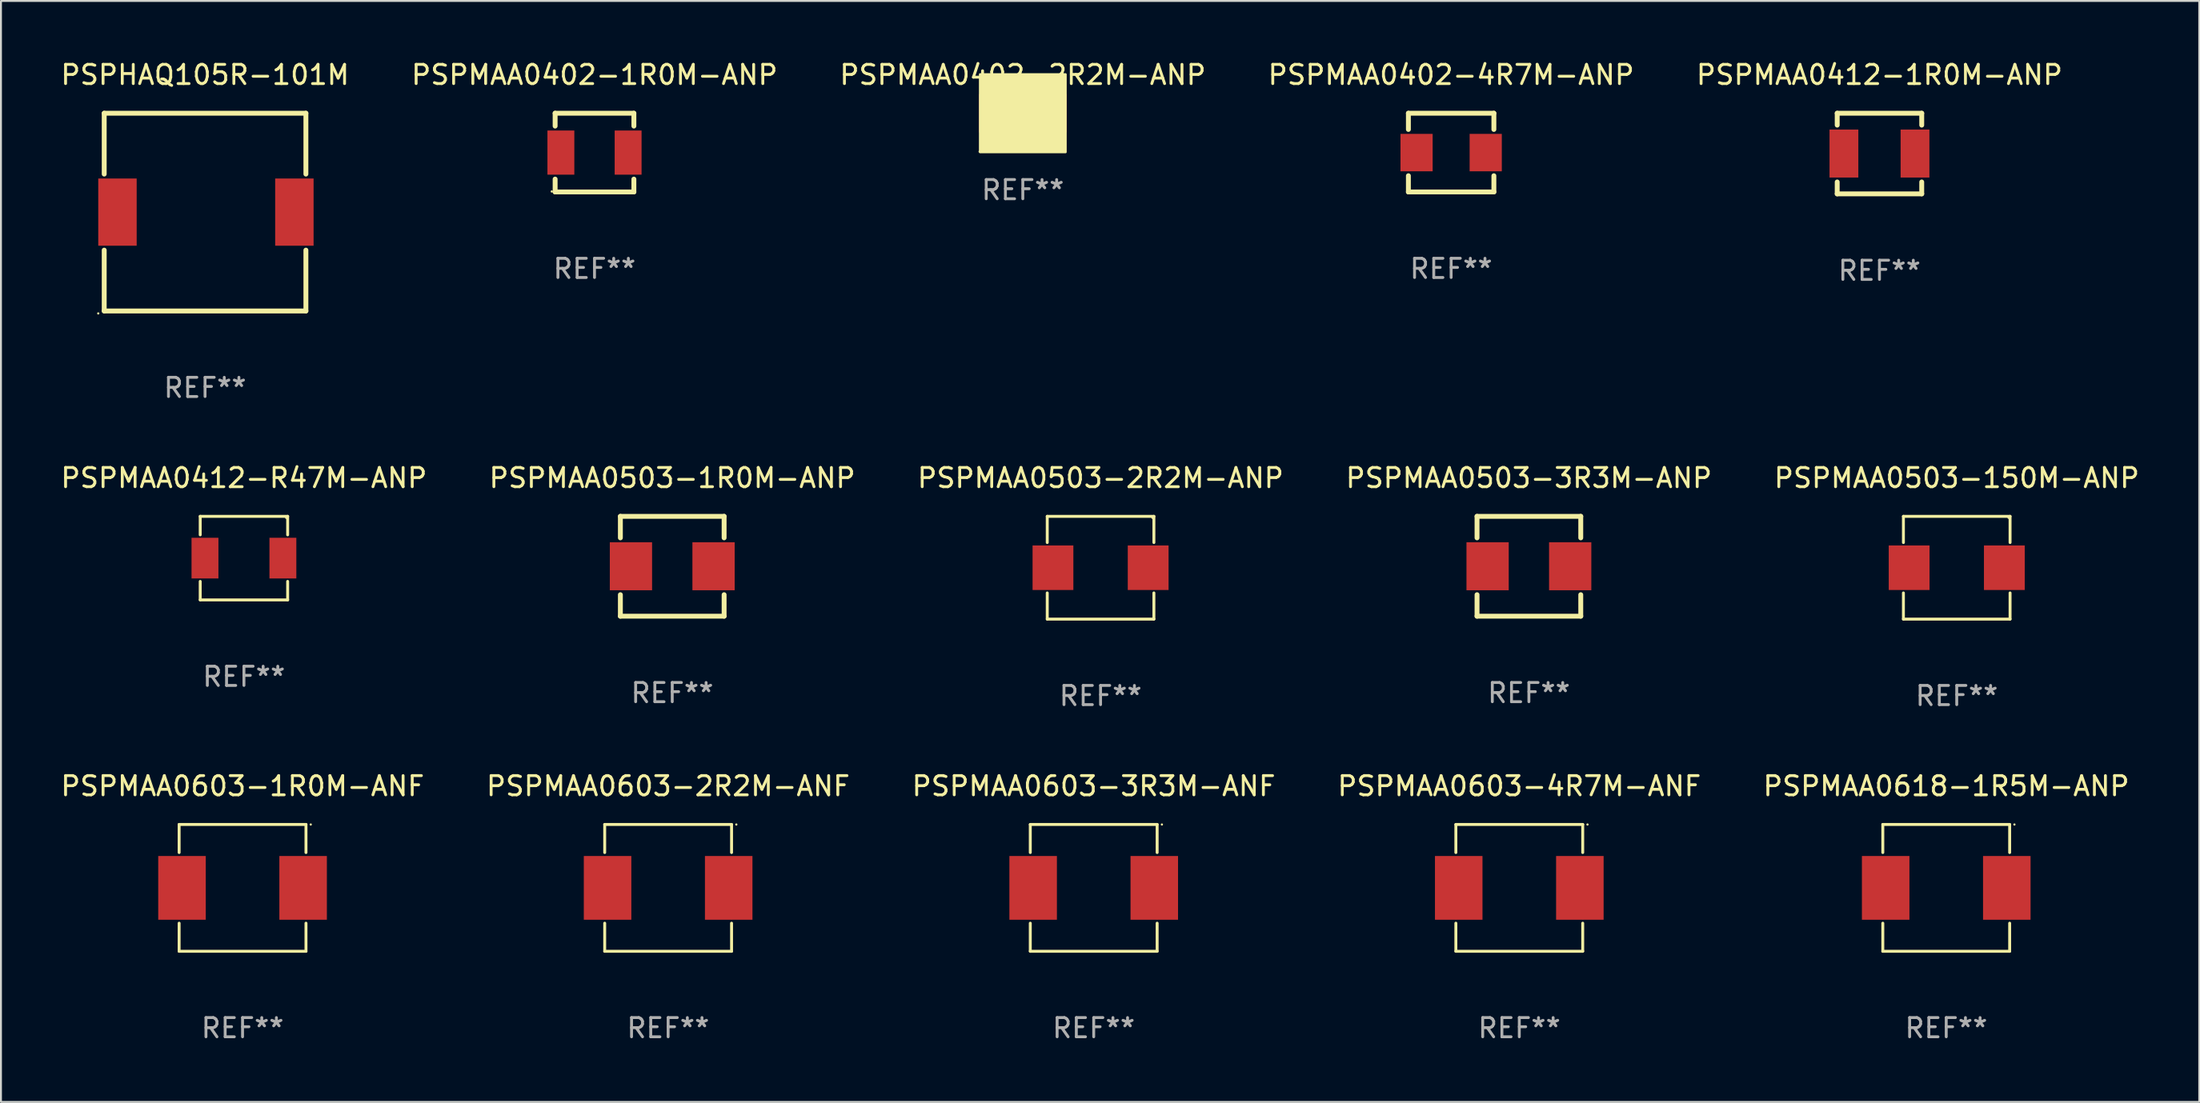
<source format=kicad_pcb>
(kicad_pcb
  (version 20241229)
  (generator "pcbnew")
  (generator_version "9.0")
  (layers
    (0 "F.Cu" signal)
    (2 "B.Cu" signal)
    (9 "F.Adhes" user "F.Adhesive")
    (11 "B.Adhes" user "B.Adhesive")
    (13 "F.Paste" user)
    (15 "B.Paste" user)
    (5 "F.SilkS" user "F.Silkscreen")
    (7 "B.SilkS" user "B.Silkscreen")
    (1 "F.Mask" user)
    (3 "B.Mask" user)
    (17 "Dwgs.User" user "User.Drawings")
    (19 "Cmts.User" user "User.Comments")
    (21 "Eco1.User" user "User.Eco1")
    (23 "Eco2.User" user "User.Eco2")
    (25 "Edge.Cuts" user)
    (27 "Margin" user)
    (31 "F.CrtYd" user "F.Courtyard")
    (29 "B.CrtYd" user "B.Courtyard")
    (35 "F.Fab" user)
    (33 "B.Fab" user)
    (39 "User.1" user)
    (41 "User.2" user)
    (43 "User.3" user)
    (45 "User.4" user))
  (footprint "PSPMAA0503-150M-ANP"
    (layer "F.Cu")
    (at 98.815 26.521)
    (property "Reference" "PSPMAA0503-150M-ANP" (at 0 -4.676 0) (layer "F.SilkS") (effects (font (size 1 1) (thickness 0.15))))
    (attr through_hole)
    (fp_line (start -2.776 -2.676) (end 2.776 -2.676) (stroke (width 0.152) (type solid)) (layer "F.SilkS"))
    (fp_line (start -2.776 -1.312) (end -2.776 -2.676) (stroke (width 0.152) (type solid)) (layer "F.SilkS"))
    (fp_line (start -2.776 1.312) (end -2.776 2.676) (stroke (width 0.152) (type solid)) (layer "F.SilkS"))
    (fp_line (start -2.776 2.676) (end 2.776 2.676) (stroke (width 0.152) (type solid)) (layer "F.SilkS"))
    (fp_line (start 2.776 -2.676) (end 2.776 -1.312) (stroke (width 0.152) (type solid)) (layer "F.SilkS"))
    (fp_line (start 2.776 2.676) (end 2.776 1.312) (stroke (width 0.152) (type solid)) (layer "F.SilkS"))
    (fp_circle (center 2.7 -2.6) (end 2.73 -2.6) (stroke (width 0.06) (type solid)) (fill no) (layer "F.SilkS"))
    (fp_text user "REF**" (at 0 6.676 0) (layer "F.Fab") (effects (font (size 1 1) (thickness 0.15))))
    (pad "1" smd rect (at 2.478 0) (size 2.124 2.32) (layers "F.Cu" "F.Mask" "F.Paste"))
    (pad "2" smd rect (at -2.478 0) (size 2.124 2.32) (layers "F.Cu" "F.Mask" "F.Paste")))
  (footprint "PSPMAA0603-4R7M-ANF"
    (layer "F.Cu")
    (at 76.042 43.196)
    (property "Reference" "PSPMAA0603-4R7M-ANF" (at 0 -5.302 0) (layer "F.SilkS") (effects (font (size 1 1) (thickness 0.15))))
    (attr through_hole)
    (fp_line (start -3.302 -3.302) (end -3.302 -1.84) (stroke (width 0.152) (type solid)) (layer "F.SilkS"))
    (fp_line (start -3.302 1.84) (end -3.302 3.302) (stroke (width 0.152) (type solid)) (layer "F.SilkS"))
    (fp_line (start -3.302 3.302) (end 3.302 3.302) (stroke (width 0.152) (type solid)) (layer "F.SilkS"))
    (fp_line (start 3.302 -3.302) (end -3.302 -3.302) (stroke (width 0.152) (type solid)) (layer "F.SilkS"))
    (fp_line (start 3.302 -1.84) (end 3.302 -3.302) (stroke (width 0.152) (type solid)) (layer "F.SilkS"))
    (fp_line (start 3.302 3.302) (end 3.302 1.84) (stroke (width 0.152) (type solid)) (layer "F.SilkS"))
    (fp_circle (center 3.55 -3.3) (end 3.58 -3.3) (stroke (width 0.06) (type solid)) (fill no) (layer "F.SilkS"))
    (fp_text user "REF**" (at 0 7.302 0) (layer "F.Fab") (effects (font (size 1 1) (thickness 0.15))))
    (pad "1" smd rect (at 3.153 0) (size 2.474 3.32) (layers "F.Cu" "F.Mask" "F.Paste"))
    (pad "2" smd rect (at -3.153 0) (size 2.474 3.32) (layers "F.Cu" "F.Mask" "F.Paste")))
  (footprint "PSPHAQ105R-101M"
    (layer "F.Cu")
    (at 7.625 7.998)
    (property "Reference" "PSPHAQ105R-101M" (at 0 -7.15 0) (layer "F.SilkS") (effects (font (size 1 1) (thickness 0.15))))
    (attr through_hole)
    (fp_line (start -5.25 -5.15) (end -5.25 -1.981) (stroke (width 0.254) (type solid)) (layer "F.SilkS"))
    (fp_line (start -5.25 -5.15) (end 5.25 -5.15) (stroke (width 0.254) (type solid)) (layer "F.SilkS"))
    (fp_line (start -5.25 1.981) (end -5.25 5.15) (stroke (width 0.254) (type solid)) (layer "F.SilkS"))
    (fp_line (start 5.25 -5.15) (end 5.25 -1.981) (stroke (width 0.254) (type solid)) (layer "F.SilkS"))
    (fp_line (start 5.25 1.981) (end 5.25 5.15) (stroke (width 0.254) (type solid)) (layer "F.SilkS"))
    (fp_line (start 5.25 5.15) (end -5.25 5.15) (stroke (width 0.254) (type solid)) (layer "F.SilkS"))
    (fp_circle (center -5.56 5.277) (end -5.53 5.277) (stroke (width 0.06) (type solid)) (fill no) (layer "F.SilkS"))
    (fp_text user "REF**" (at 0 9.15 0) (layer "F.Fab") (effects (font (size 1 1) (thickness 0.15))))
    (pad "1" smd rect (at -4.56 0) (size 2 3.5) (layers "F.Cu" "F.Mask" "F.Paste"))
    (pad "2" smd rect (at 4.65 0) (size 2 3.5) (layers "F.Cu" "F.Mask" "F.Paste")))
  (footprint "PSPMAA0402-2R2M-ANP"
    (layer "F.Cu")
    (at 50.196 2.848)
    (property "Reference" "PSPMAA0402-2R2M-ANP" (at 0 -2 0) (layer "F.SilkS") (effects (font (size 1 1) (thickness 0.15))))
    (attr through_hole)
    (fp_circle (center -2.248 1.995) (end -2.218 1.995) (stroke (width 0.06) (type solid)) (fill no) (layer "F.SilkS"))
    (fp_poly (pts (xy -2.225 -2.025) (xy 2.225 -2.025) (xy 2.225 2.025) (xy -2.225 2.025)) (stroke (width 0.12) (type solid)) (fill yes) (layer "F.SilkS"))
    (fp_text user "REF**" (at 0 4 0) (layer "F.Fab") (effects (font (size 1 1) (thickness 0.15))))
    (pad "1" smd rect (at -1.778 0) (size 1 2) (layers "F.Cu" "F.Mask" "F.Paste"))
    (pad "2" smd rect (at 1.778 0) (size 1 2) (layers "F.Cu" "F.Mask" "F.Paste")))
  (footprint "PSPMAA0503-3R3M-ANP"
    (layer "F.Cu")
    (at 76.542 26.445)
    (property "Reference" "PSPMAA0503-3R3M-ANP" (at 0 -4.6 0) (layer "F.SilkS") (effects (font (size 1 1) (thickness 0.15))))
    (attr through_hole)
    (fp_line (start -2.7 -2.6) (end -2.7 -1.481) (stroke (width 0.254) (type solid)) (layer "F.SilkS"))
    (fp_line (start -2.7 -2.6) (end 2.7 -2.6) (stroke (width 0.254) (type solid)) (layer "F.SilkS"))
    (fp_line (start -2.7 1.481) (end -2.7 2.6) (stroke (width 0.254) (type solid)) (layer "F.SilkS"))
    (fp_line (start 2.7 -2.6) (end 2.7 -1.481) (stroke (width 0.254) (type solid)) (layer "F.SilkS"))
    (fp_line (start 2.7 1.481) (end 2.7 2.6) (stroke (width 0.254) (type solid)) (layer "F.SilkS"))
    (fp_line (start 2.7 2.6) (end -2.7 2.6) (stroke (width 0.254) (type solid)) (layer "F.SilkS"))
    (fp_circle (center -2.7 2.6) (end -2.67 2.6) (stroke (width 0.06) (type solid)) (fill no) (layer "F.SilkS"))
    (fp_text user "REF**" (at 0 6.6 0) (layer "F.Fab") (effects (font (size 1 1) (thickness 0.15))))
    (pad "1" smd rect (at -2.15 0) (size 2.2 2.5) (layers "F.Cu" "F.Mask" "F.Paste"))
    (pad "2" smd rect (at 2.15 0) (size 2.2 2.5) (layers "F.Cu" "F.Mask" "F.Paste")))
  (footprint "PSPMAA0402-1R0M-ANP"
    (layer "F.Cu")
    (at 27.899 4.898)
    (property "Reference" "PSPMAA0402-1R0M-ANP" (at 0 -4.05 0) (layer "F.SilkS") (effects (font (size 1 1) (thickness 0.15))))
    (attr through_hole)
    (fp_line (start -2.05 -2.05) (end -2.05 -1.381) (stroke (width 0.254) (type solid)) (layer "F.SilkS"))
    (fp_line (start -2.05 -2.05) (end 2.05 -2.05) (stroke (width 0.254) (type solid)) (layer "F.SilkS"))
    (fp_line (start -2.05 1.381) (end -2.05 2.05) (stroke (width 0.254) (type solid)) (layer "F.SilkS"))
    (fp_line (start -2.05 2.05) (end 2.05 2.05) (stroke (width 0.254) (type solid)) (layer "F.SilkS"))
    (fp_line (start 2.05 -2.05) (end 2.05 -1.381) (stroke (width 0.254) (type solid)) (layer "F.SilkS"))
    (fp_line (start 2.05 1.381) (end 2.05 2.05) (stroke (width 0.254) (type solid)) (layer "F.SilkS"))
    (fp_circle (center -2.225 2.025) (end -2.195 2.025) (stroke (width 0.06) (type solid)) (fill no) (layer "F.SilkS"))
    (fp_text user "REF**" (at 0 6.05 0) (layer "F.Fab") (effects (font (size 1 1) (thickness 0.15))))
    (pad "1" smd rect (at -1.75 0) (size 1.4 2.3) (layers "F.Cu" "F.Mask" "F.Paste"))
    (pad "2" smd rect (at 1.75 0) (size 1.4 2.3) (layers "F.Cu" "F.Mask" "F.Paste")))
  (footprint "PSPMAA0503-2R2M-ANP"
    (layer "F.Cu")
    (at 54.244 26.521)
    (property "Reference" "PSPMAA0503-2R2M-ANP" (at 0 -4.676 0) (layer "F.SilkS") (effects (font (size 1 1) (thickness 0.15))))
    (attr through_hole)
    (fp_line (start -2.776 -2.676) (end 2.776 -2.676) (stroke (width 0.152) (type solid)) (layer "F.SilkS"))
    (fp_line (start -2.776 -1.312) (end -2.776 -2.676) (stroke (width 0.152) (type solid)) (layer "F.SilkS"))
    (fp_line (start -2.776 1.312) (end -2.776 2.676) (stroke (width 0.152) (type solid)) (layer "F.SilkS"))
    (fp_line (start -2.776 2.676) (end 2.776 2.676) (stroke (width 0.152) (type solid)) (layer "F.SilkS"))
    (fp_line (start 2.776 -2.676) (end 2.776 -1.312) (stroke (width 0.152) (type solid)) (layer "F.SilkS"))
    (fp_line (start 2.776 2.676) (end 2.776 1.312) (stroke (width 0.152) (type solid)) (layer "F.SilkS"))
    (fp_circle (center 2.7 -2.6) (end 2.73 -2.6) (stroke (width 0.06) (type solid)) (fill no) (layer "F.SilkS"))
    (fp_text user "REF**" (at 0 6.676 0) (layer "F.Fab") (effects (font (size 1 1) (thickness 0.15))))
    (pad "1" smd rect (at 2.478 0) (size 2.124 2.32) (layers "F.Cu" "F.Mask" "F.Paste"))
    (pad "2" smd rect (at -2.478 0) (size 2.124 2.32) (layers "F.Cu" "F.Mask" "F.Paste")))
  (footprint "PSPMAA0603-3R3M-ANF"
    (layer "F.Cu")
    (at 53.887 43.196)
    (property "Reference" "PSPMAA0603-3R3M-ANF" (at 0 -5.302 0) (layer "F.SilkS") (effects (font (size 1 1) (thickness 0.15))))
    (attr through_hole)
    (fp_line (start -3.302 -3.302) (end -3.302 -1.84) (stroke (width 0.152) (type solid)) (layer "F.SilkS"))
    (fp_line (start -3.302 1.84) (end -3.302 3.302) (stroke (width 0.152) (type solid)) (layer "F.SilkS"))
    (fp_line (start -3.302 3.302) (end 3.302 3.302) (stroke (width 0.152) (type solid)) (layer "F.SilkS"))
    (fp_line (start 3.302 -3.302) (end -3.302 -3.302) (stroke (width 0.152) (type solid)) (layer "F.SilkS"))
    (fp_line (start 3.302 -1.84) (end 3.302 -3.302) (stroke (width 0.152) (type solid)) (layer "F.SilkS"))
    (fp_line (start 3.302 3.302) (end 3.302 1.84) (stroke (width 0.152) (type solid)) (layer "F.SilkS"))
    (fp_circle (center 3.55 -3.3) (end 3.58 -3.3) (stroke (width 0.06) (type solid)) (fill no) (layer "F.SilkS"))
    (fp_text user "REF**" (at 0 7.302 0) (layer "F.Fab") (effects (font (size 1 1) (thickness 0.15))))
    (pad "1" smd rect (at 3.153 0) (size 2.474 3.32) (layers "F.Cu" "F.Mask" "F.Paste"))
    (pad "2" smd rect (at -3.153 0) (size 2.474 3.32) (layers "F.Cu" "F.Mask" "F.Paste")))
  (footprint "PSPMAA0618-1R5M-ANP"
    (layer "F.Cu")
    (at 98.268 43.196)
    (property "Reference" "PSPMAA0618-1R5M-ANP" (at 0 -5.302 0) (layer "F.SilkS") (effects (font (size 1 1) (thickness 0.15))))
    (attr through_hole)
    (fp_line (start -3.302 -3.302) (end -3.302 -1.84) (stroke (width 0.152) (type solid)) (layer "F.SilkS"))
    (fp_line (start -3.302 1.84) (end -3.302 3.302) (stroke (width 0.152) (type solid)) (layer "F.SilkS"))
    (fp_line (start -3.302 3.302) (end 3.302 3.302) (stroke (width 0.152) (type solid)) (layer "F.SilkS"))
    (fp_line (start 3.302 -3.302) (end -3.302 -3.302) (stroke (width 0.152) (type solid)) (layer "F.SilkS"))
    (fp_line (start 3.302 -1.84) (end 3.302 -3.302) (stroke (width 0.152) (type solid)) (layer "F.SilkS"))
    (fp_line (start 3.302 3.302) (end 3.302 1.84) (stroke (width 0.152) (type solid)) (layer "F.SilkS"))
    (fp_circle (center 3.55 -3.3) (end 3.58 -3.3) (stroke (width 0.06) (type solid)) (fill no) (layer "F.SilkS"))
    (fp_text user "REF**" (at 0 7.302 0) (layer "F.Fab") (effects (font (size 1 1) (thickness 0.15))))
    (pad "1" smd rect (at 3.153 0) (size 2.474 3.32) (layers "F.Cu" "F.Mask" "F.Paste"))
    (pad "2" smd rect (at -3.153 0) (size 2.474 3.32) (layers "F.Cu" "F.Mask" "F.Paste")))
  (footprint "PSPMAA0603-2R2M-ANF"
    (layer "F.Cu")
    (at 31.732 43.196)
    (property "Reference" "PSPMAA0603-2R2M-ANF" (at 0 -5.302 0) (layer "F.SilkS") (effects (font (size 1 1) (thickness 0.15))))
    (attr through_hole)
    (fp_line (start -3.302 -3.302) (end -3.302 -1.84) (stroke (width 0.152) (type solid)) (layer "F.SilkS"))
    (fp_line (start -3.302 1.84) (end -3.302 3.302) (stroke (width 0.152) (type solid)) (layer "F.SilkS"))
    (fp_line (start -3.302 3.302) (end 3.302 3.302) (stroke (width 0.152) (type solid)) (layer "F.SilkS"))
    (fp_line (start 3.302 -3.302) (end -3.302 -3.302) (stroke (width 0.152) (type solid)) (layer "F.SilkS"))
    (fp_line (start 3.302 -1.84) (end 3.302 -3.302) (stroke (width 0.152) (type solid)) (layer "F.SilkS"))
    (fp_line (start 3.302 3.302) (end 3.302 1.84) (stroke (width 0.152) (type solid)) (layer "F.SilkS"))
    (fp_circle (center 3.55 -3.3) (end 3.58 -3.3) (stroke (width 0.06) (type solid)) (fill no) (layer "F.SilkS"))
    (fp_text user "REF**" (at 0 7.302 0) (layer "F.Fab") (effects (font (size 1 1) (thickness 0.15))))
    (pad "1" smd rect (at 3.153 0) (size 2.474 3.32) (layers "F.Cu" "F.Mask" "F.Paste"))
    (pad "2" smd rect (at -3.153 0) (size 2.474 3.32) (layers "F.Cu" "F.Mask" "F.Paste")))
  (footprint "PSPMAA0402-4R7M-ANP"
    (layer "F.Cu")
    (at 72.494 4.898)
    (property "Reference" "PSPMAA0402-4R7M-ANP" (at 0 -4.05 0) (layer "F.SilkS") (effects (font (size 1 1) (thickness 0.15))))
    (attr through_hole)
    (fp_line (start -2.225 -2.05) (end 2.225 -2.05) (stroke (width 0.254) (type solid)) (layer "F.SilkS"))
    (fp_line (start -2.225 -1.206) (end -2.225 -2.05) (stroke (width 0.254) (type solid)) (layer "F.SilkS"))
    (fp_line (start -2.225 2.05) (end -2.225 1.206) (stroke (width 0.254) (type solid)) (layer "F.SilkS"))
    (fp_line (start 2.225 -2.05) (end 2.225 -1.206) (stroke (width 0.254) (type solid)) (layer "F.SilkS"))
    (fp_line (start 2.225 1.206) (end 2.225 2.05) (stroke (width 0.254) (type solid)) (layer "F.SilkS"))
    (fp_line (start 2.225 2.05) (end -2.225 2.05) (stroke (width 0.254) (type solid)) (layer "F.SilkS"))
    (fp_circle (center -2.25 2.1) (end -2.22 2.1) (stroke (width 0.06) (type solid)) (fill no) (layer "F.SilkS"))
    (fp_text user "REF**" (at 0 6.05 0) (layer "F.Fab") (effects (font (size 1 1) (thickness 0.15))))
    (pad "1" smd rect (at -1.8 0) (size 1.675 1.95) (layers "F.Cu" "F.Mask" "F.Paste"))
    (pad "2" smd rect (at 1.8 0) (size 1.675 1.95) (layers "F.Cu" "F.Mask" "F.Paste")))
  (footprint "PSPMAA0412-1R0M-ANP"
    (layer "F.Cu")
    (at 94.792 4.948)
    (property "Reference" "PSPMAA0412-1R0M-ANP" (at 0 -4.1 0) (layer "F.SilkS") (effects (font (size 1 1) (thickness 0.15))))
    (attr through_hole)
    (fp_line (start -2.2 -2.1) (end -2.2 -1.481) (stroke (width 0.254) (type solid)) (layer "F.SilkS"))
    (fp_line (start -2.2 -2.1) (end 2.2 -2.1) (stroke (width 0.254) (type solid)) (layer "F.SilkS"))
    (fp_line (start -2.2 1.481) (end -2.2 2.1) (stroke (width 0.254) (type solid)) (layer "F.SilkS"))
    (fp_line (start 2.2 -1.481) (end 2.2 -2.1) (stroke (width 0.254) (type solid)) (layer "F.SilkS"))
    (fp_line (start 2.2 2.1) (end -2.2 2.1) (stroke (width 0.254) (type solid)) (layer "F.SilkS"))
    (fp_line (start 2.2 2.1) (end 2.2 1.481) (stroke (width 0.254) (type solid)) (layer "F.SilkS"))
    (fp_circle (center -2.2 2.05) (end -2.17 2.05) (stroke (width 0.06) (type solid)) (fill no) (layer "F.SilkS"))
    (fp_text user "REF**" (at 0 6.1 0) (layer "F.Fab") (effects (font (size 1 1) (thickness 0.15))))
    (pad "1" smd rect (at -1.85 0) (size 1.5 2.5) (layers "F.Cu" "F.Mask" "F.Paste"))
    (pad "2" smd rect (at 1.85 0) (size 1.5 2.5) (layers "F.Cu" "F.Mask" "F.Paste")))
  (footprint "PSPMAA0603-1R0M-ANF"
    (layer "F.Cu")
    (at 9.577 43.196)
    (property "Reference" "PSPMAA0603-1R0M-ANF" (at 0 -5.302 0) (layer "F.SilkS") (effects (font (size 1 1) (thickness 0.15))))
    (attr through_hole)
    (fp_line (start -3.302 -3.302) (end -3.302 -1.84) (stroke (width 0.152) (type solid)) (layer "F.SilkS"))
    (fp_line (start -3.302 1.84) (end -3.302 3.302) (stroke (width 0.152) (type solid)) (layer "F.SilkS"))
    (fp_line (start -3.302 3.302) (end 3.302 3.302) (stroke (width 0.152) (type solid)) (layer "F.SilkS"))
    (fp_line (start 3.302 -3.302) (end -3.302 -3.302) (stroke (width 0.152) (type solid)) (layer "F.SilkS"))
    (fp_line (start 3.302 -1.84) (end 3.302 -3.302) (stroke (width 0.152) (type solid)) (layer "F.SilkS"))
    (fp_line (start 3.302 3.302) (end 3.302 1.84) (stroke (width 0.152) (type solid)) (layer "F.SilkS"))
    (fp_circle (center 3.55 -3.3) (end 3.58 -3.3) (stroke (width 0.06) (type solid)) (fill no) (layer "F.SilkS"))
    (fp_text user "REF**" (at 0 7.302 0) (layer "F.Fab") (effects (font (size 1 1) (thickness 0.15))))
    (pad "1" smd rect (at 3.153 0) (size 2.474 3.32) (layers "F.Cu" "F.Mask" "F.Paste"))
    (pad "2" smd rect (at -3.153 0) (size 2.474 3.32) (layers "F.Cu" "F.Mask" "F.Paste")))
  (footprint "PSPMAA0412-R47M-ANP"
    (layer "F.Cu")
    (at 9.649 26.021)
    (property "Reference" "PSPMAA0412-R47M-ANP" (at 0 -4.176 0) (layer "F.SilkS") (effects (font (size 1 1) (thickness 0.15))))
    (attr through_hole)
    (fp_line (start -2.276 -2.176) (end 2.276 -2.176) (stroke (width 0.152) (type solid)) (layer "F.SilkS"))
    (fp_line (start -2.276 -1.212) (end -2.276 -2.176) (stroke (width 0.152) (type solid)) (layer "F.SilkS"))
    (fp_line (start -2.276 1.212) (end -2.276 2.176) (stroke (width 0.152) (type solid)) (layer "F.SilkS"))
    (fp_line (start -2.276 2.176) (end 2.276 2.176) (stroke (width 0.152) (type solid)) (layer "F.SilkS"))
    (fp_line (start 2.276 -2.176) (end 2.276 -1.212) (stroke (width 0.152) (type solid)) (layer "F.SilkS"))
    (fp_line (start 2.276 2.176) (end 2.276 1.212) (stroke (width 0.152) (type solid)) (layer "F.SilkS"))
    (fp_circle (center 2.2 -2.1) (end 2.23 -2.1) (stroke (width 0.06) (type solid)) (fill no) (layer "F.SilkS"))
    (fp_text user "REF**" (at 0 6.176 0) (layer "F.Fab") (effects (font (size 1 1) (thickness 0.15))))
    (pad "1" smd rect (at 2.028 0) (size 1.4 2.12) (layers "F.Cu" "F.Mask" "F.Paste"))
    (pad "2" smd rect (at -2.028 0) (size 1.4 2.12) (layers "F.Cu" "F.Mask" "F.Paste")))
  (footprint "PSPMAA0503-1R0M-ANP"
    (layer "F.Cu")
    (at 31.946 26.445)
    (property "Reference" "PSPMAA0503-1R0M-ANP" (at 0 -4.6 0) (layer "F.SilkS") (effects (font (size 1 1) (thickness 0.15))))
    (attr through_hole)
    (fp_line (start -2.7 -2.6) (end -2.7 -1.481) (stroke (width 0.254) (type solid)) (layer "F.SilkS"))
    (fp_line (start -2.7 -2.6) (end 2.7 -2.6) (stroke (width 0.254) (type solid)) (layer "F.SilkS"))
    (fp_line (start -2.7 1.481) (end -2.7 2.6) (stroke (width 0.254) (type solid)) (layer "F.SilkS"))
    (fp_line (start 2.7 -2.6) (end 2.7 -1.481) (stroke (width 0.254) (type solid)) (layer "F.SilkS"))
    (fp_line (start 2.7 1.481) (end 2.7 2.6) (stroke (width 0.254) (type solid)) (layer "F.SilkS"))
    (fp_line (start 2.7 2.6) (end -2.7 2.6) (stroke (width 0.254) (type solid)) (layer "F.SilkS"))
    (fp_circle (center -2.7 2.6) (end -2.67 2.6) (stroke (width 0.06) (type solid)) (fill no) (layer "F.SilkS"))
    (fp_text user "REF**" (at 0 6.6 0) (layer "F.Fab") (effects (font (size 1 1) (thickness 0.15))))
    (pad "1" smd rect (at -2.15 0) (size 2.2 2.5) (layers "F.Cu" "F.Mask" "F.Paste"))
    (pad "2" smd rect (at 2.15 0) (size 2.2 2.5) (layers "F.Cu" "F.Mask" "F.Paste")))
  (gr_rect
    (start -3 -3)
    (end 111.44 54.346)
    (stroke (width 0.1) (type default))
    (fill no)
    (layer "Edge.Cuts")))
</source>
